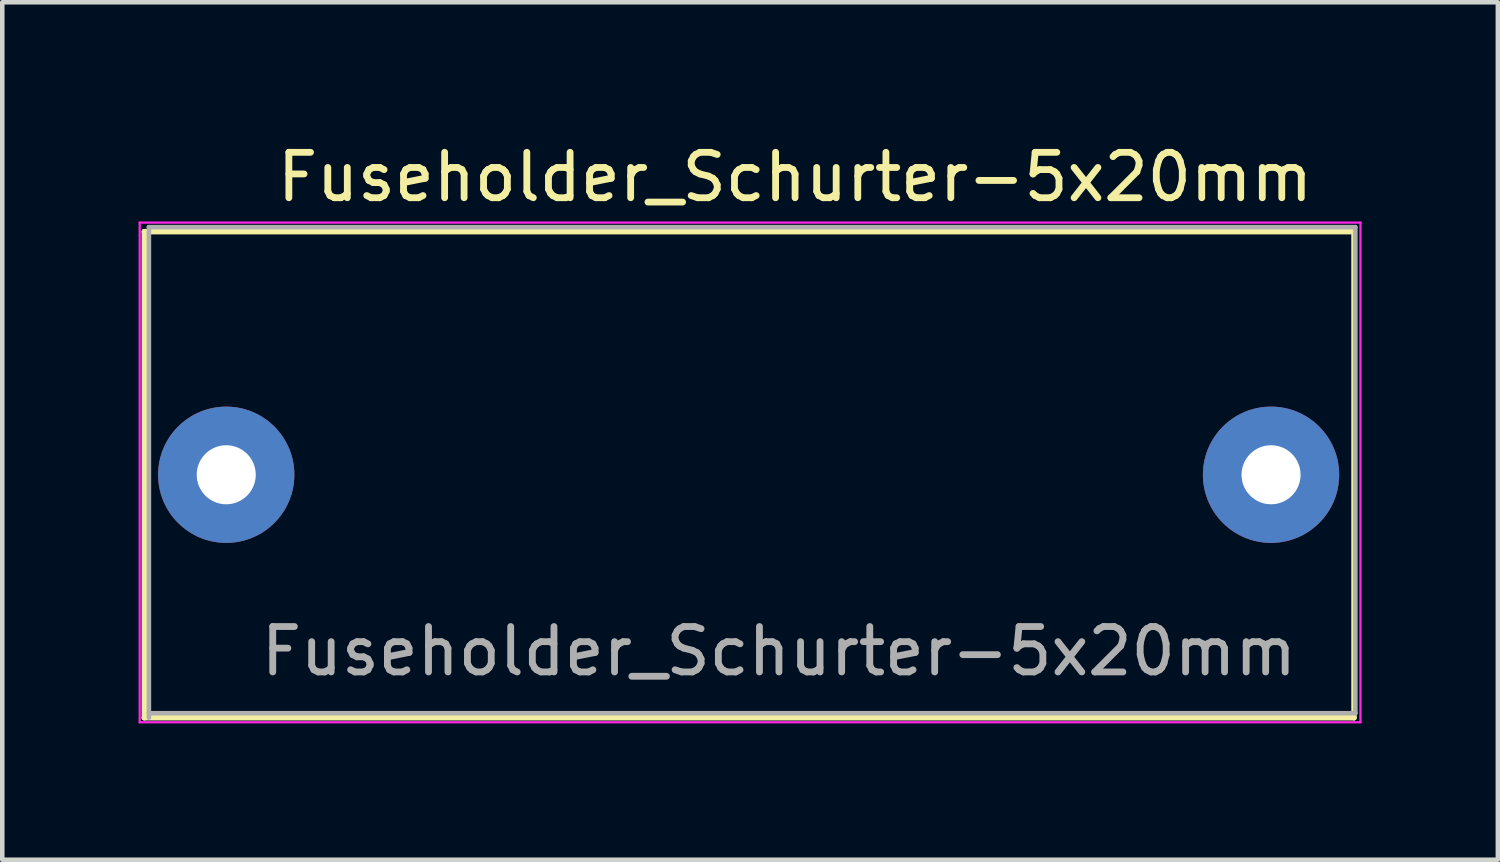
<source format=kicad_pcb>
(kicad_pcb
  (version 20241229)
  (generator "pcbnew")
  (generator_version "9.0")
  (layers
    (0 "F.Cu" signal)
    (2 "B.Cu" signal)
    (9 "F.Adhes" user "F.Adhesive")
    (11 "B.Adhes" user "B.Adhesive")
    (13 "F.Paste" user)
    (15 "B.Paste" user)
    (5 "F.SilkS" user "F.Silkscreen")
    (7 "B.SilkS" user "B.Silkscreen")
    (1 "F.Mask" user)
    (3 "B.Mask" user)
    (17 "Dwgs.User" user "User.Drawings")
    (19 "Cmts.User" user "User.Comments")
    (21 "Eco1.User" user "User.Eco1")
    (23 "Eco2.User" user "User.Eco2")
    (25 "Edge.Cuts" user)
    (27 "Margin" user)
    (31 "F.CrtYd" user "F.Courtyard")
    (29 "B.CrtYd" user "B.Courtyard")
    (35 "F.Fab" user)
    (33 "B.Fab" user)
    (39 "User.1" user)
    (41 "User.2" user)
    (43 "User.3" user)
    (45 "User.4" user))
  (footprint "Fuseholder_Schurter-5x20mm"
    (layer "F.Cu")
    (at 1.93 7.401)
    (property "Reference" "Fuseholder_Schurter-5x20mm" (at 12.522 -6.553 0) (layer "F.SilkS") (effects (font (size 1 1) (thickness 0.15))))
    (attr through_hole)
    (fp_line (start -1.803 -5.351) (end -1.803 5.349) (stroke (width 0.12) (type solid)) (layer "F.SilkS"))
    (fp_line (start -1.803 -5.351) (end 24.826 -5.351) (stroke (width 0.12) (type solid)) (layer "F.SilkS"))
    (fp_line (start 24.826 -5.351) (end 24.826 5.349) (stroke (width 0.12) (type solid)) (layer "F.SilkS"))
    (fp_line (start 24.826 5.349) (end -1.803 5.349) (stroke (width 0.12) (type solid)) (layer "F.SilkS"))
    (fp_line (start -1.905 -5.551) (end -1.905 5.449) (stroke (width 0.05) (type solid)) (layer "F.CrtYd"))
    (fp_line (start -1.905 -5.551) (end 24.968 -5.551) (stroke (width 0.05) (type solid)) (layer "F.CrtYd"))
    (fp_line (start 24.968 5.449) (end -1.905 5.449) (stroke (width 0.05) (type solid)) (layer "F.CrtYd"))
    (fp_line (start 24.968 5.449) (end 24.968 -5.551) (stroke (width 0.05) (type solid)) (layer "F.CrtYd"))
    (fp_line (start -1.702 5.249) (end 24.856 5.249) (stroke (width 0.1) (type solid)) (layer "F.Fab"))
    (fp_line (start -1.702 5.349) (end -1.702 -5.451) (stroke (width 0.1) (type solid)) (layer "F.Fab"))
    (fp_line (start 24.856 -5.451) (end -1.702 -5.451) (stroke (width 0.1) (type solid)) (layer "F.Fab"))
    (fp_line (start 24.856 5.249) (end 24.856 -5.451) (stroke (width 0.1) (type solid)) (layer "F.Fab"))
    (fp_text user "${REFERENCE}" (at 12.167 3.886 0) (layer "F.Fab") (effects (font (size 1 1) (thickness 0.15))))
    (pad "1" thru_hole circle (at 0 0) (size 3 3) (drill 1.3) (layers "*.Cu" "*.Mask"))
    (pad "2" thru_hole circle (at 23 0) (size 3 3) (drill 1.3) (layers "*.Cu" "*.Mask")))
  (gr_rect
    (start -3 -3)
    (end 29.923 15.876)
    (stroke (width 0.1) (type default))
    (fill no)
    (layer "Edge.Cuts")))
</source>
